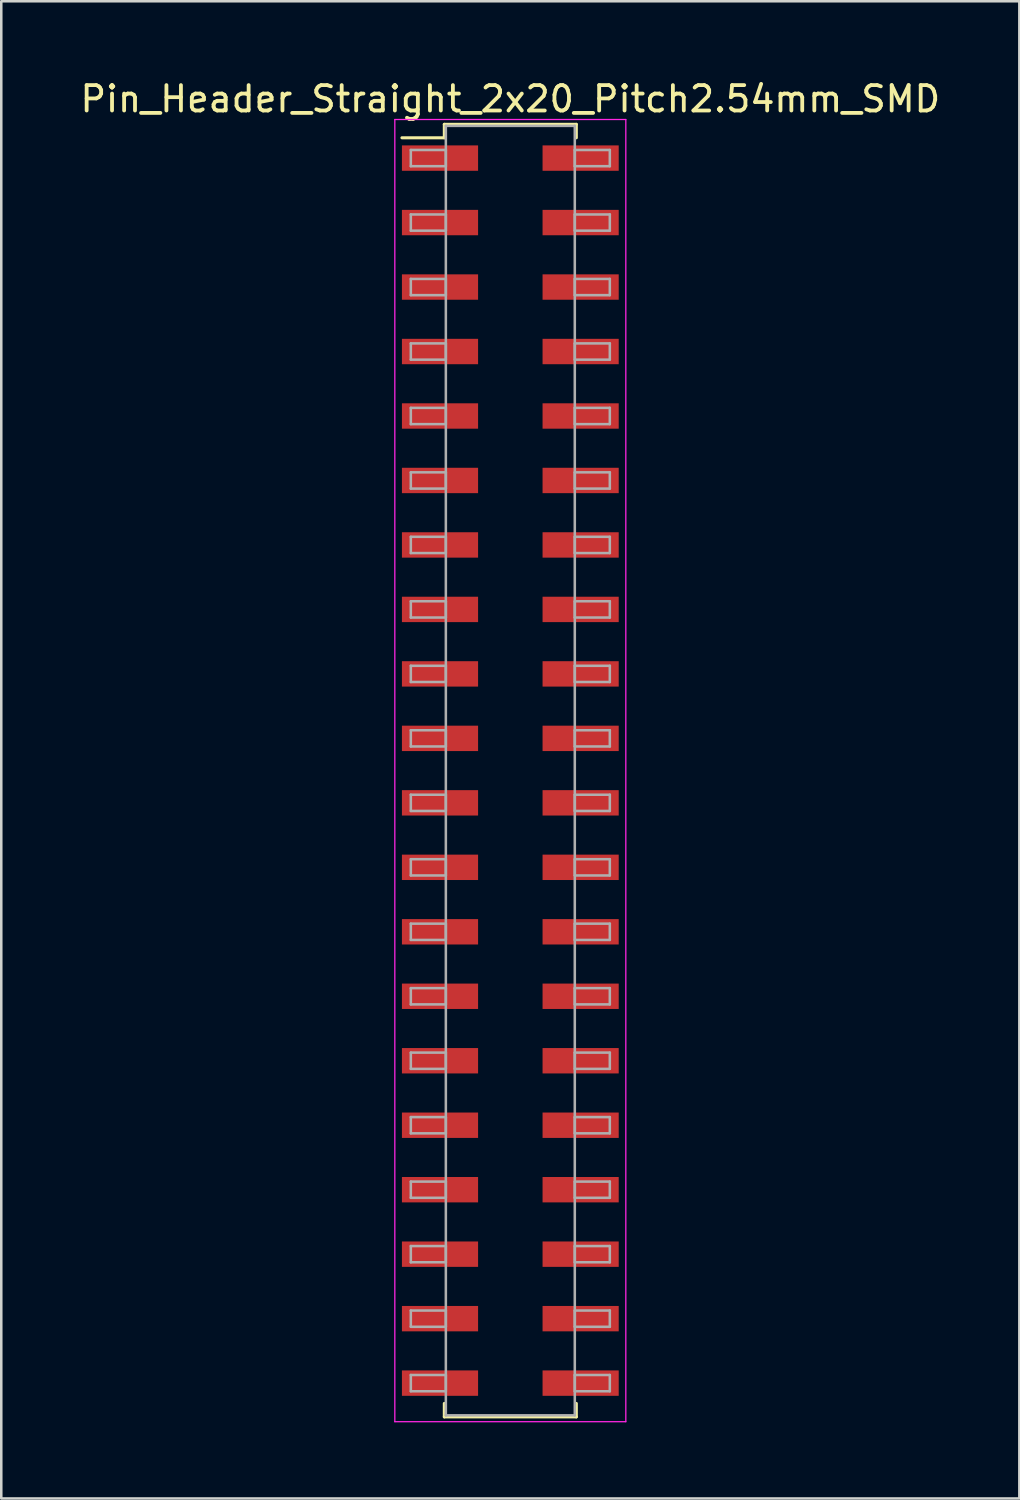
<source format=kicad_pcb>
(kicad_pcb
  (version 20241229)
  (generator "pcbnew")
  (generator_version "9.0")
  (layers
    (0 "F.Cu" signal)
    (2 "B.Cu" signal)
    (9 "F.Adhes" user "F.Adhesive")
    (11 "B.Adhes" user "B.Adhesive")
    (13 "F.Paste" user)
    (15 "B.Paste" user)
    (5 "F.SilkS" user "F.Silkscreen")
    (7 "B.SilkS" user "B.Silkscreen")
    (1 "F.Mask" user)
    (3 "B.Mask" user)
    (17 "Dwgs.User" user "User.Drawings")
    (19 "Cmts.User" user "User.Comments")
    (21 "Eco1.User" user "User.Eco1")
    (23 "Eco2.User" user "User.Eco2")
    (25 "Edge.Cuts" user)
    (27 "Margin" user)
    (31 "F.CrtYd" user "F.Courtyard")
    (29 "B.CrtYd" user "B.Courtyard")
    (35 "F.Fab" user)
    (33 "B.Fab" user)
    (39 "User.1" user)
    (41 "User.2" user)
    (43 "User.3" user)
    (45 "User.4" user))
  (footprint "Pin_Header_Straight_2x20_Pitch2.54mm_SMD"
    (layer "F.Cu")
    (at 17.054 27.308)
    (property "Reference" "Pin_Header_Straight_2x20_Pitch2.54mm_SMD" (at 0 -26.46 0) (layer "F.SilkS") (effects (font (size 1 1) (thickness 0.15))))
    (attr smd)
    (fp_line (start -4.27 -24.93) (end -2.6 -24.93) (stroke (width 0.12) (type solid)) (layer "F.SilkS"))
    (fp_line (start -2.6 -25.46) (end 2.6 -25.46) (stroke (width 0.12) (type solid)) (layer "F.SilkS"))
    (fp_line (start -2.6 -24.93) (end -2.6 -25.46) (stroke (width 0.12) (type solid)) (layer "F.SilkS"))
    (fp_line (start -2.6 24.93) (end -2.6 25.46) (stroke (width 0.12) (type solid)) (layer "F.SilkS"))
    (fp_line (start -2.6 25.46) (end 2.6 25.46) (stroke (width 0.12) (type solid)) (layer "F.SilkS"))
    (fp_line (start 2.6 -25.46) (end 2.6 -24.93) (stroke (width 0.12) (type solid)) (layer "F.SilkS"))
    (fp_line (start 2.6 25.46) (end 2.6 24.93) (stroke (width 0.12) (type solid)) (layer "F.SilkS"))
    (fp_line (start -4.55 -25.65) (end -4.55 25.65) (stroke (width 0.05) (type solid)) (layer "F.CrtYd"))
    (fp_line (start -4.55 25.65) (end 4.55 25.65) (stroke (width 0.05) (type solid)) (layer "F.CrtYd"))
    (fp_line (start 4.55 -25.65) (end -4.55 -25.65) (stroke (width 0.05) (type solid)) (layer "F.CrtYd"))
    (fp_line (start 4.55 25.65) (end 4.55 -25.65) (stroke (width 0.05) (type solid)) (layer "F.CrtYd"))
    (fp_line (start -3.92 -24.45) (end -2.54 -24.45) (stroke (width 0.1) (type solid)) (layer "F.Fab"))
    (fp_line (start -3.92 -23.81) (end -3.92 -24.45) (stroke (width 0.1) (type solid)) (layer "F.Fab"))
    (fp_line (start -3.92 -21.91) (end -2.54 -21.91) (stroke (width 0.1) (type solid)) (layer "F.Fab"))
    (fp_line (start -3.92 -21.27) (end -3.92 -21.91) (stroke (width 0.1) (type solid)) (layer "F.Fab"))
    (fp_line (start -3.92 -19.37) (end -2.54 -19.37) (stroke (width 0.1) (type solid)) (layer "F.Fab"))
    (fp_line (start -3.92 -18.73) (end -3.92 -19.37) (stroke (width 0.1) (type solid)) (layer "F.Fab"))
    (fp_line (start -3.92 -16.83) (end -2.54 -16.83) (stroke (width 0.1) (type solid)) (layer "F.Fab"))
    (fp_line (start -3.92 -16.19) (end -3.92 -16.83) (stroke (width 0.1) (type solid)) (layer "F.Fab"))
    (fp_line (start -3.92 -14.29) (end -2.54 -14.29) (stroke (width 0.1) (type solid)) (layer "F.Fab"))
    (fp_line (start -3.92 -13.65) (end -3.92 -14.29) (stroke (width 0.1) (type solid)) (layer "F.Fab"))
    (fp_line (start -3.92 -11.75) (end -2.54 -11.75) (stroke (width 0.1) (type solid)) (layer "F.Fab"))
    (fp_line (start -3.92 -11.11) (end -3.92 -11.75) (stroke (width 0.1) (type solid)) (layer "F.Fab"))
    (fp_line (start -3.92 -9.21) (end -2.54 -9.21) (stroke (width 0.1) (type solid)) (layer "F.Fab"))
    (fp_line (start -3.92 -8.57) (end -3.92 -9.21) (stroke (width 0.1) (type solid)) (layer "F.Fab"))
    (fp_line (start -3.92 -6.67) (end -2.54 -6.67) (stroke (width 0.1) (type solid)) (layer "F.Fab"))
    (fp_line (start -3.92 -6.03) (end -3.92 -6.67) (stroke (width 0.1) (type solid)) (layer "F.Fab"))
    (fp_line (start -3.92 -4.13) (end -2.54 -4.13) (stroke (width 0.1) (type solid)) (layer "F.Fab"))
    (fp_line (start -3.92 -3.49) (end -3.92 -4.13) (stroke (width 0.1) (type solid)) (layer "F.Fab"))
    (fp_line (start -3.92 -1.59) (end -2.54 -1.59) (stroke (width 0.1) (type solid)) (layer "F.Fab"))
    (fp_line (start -3.92 -0.95) (end -3.92 -1.59) (stroke (width 0.1) (type solid)) (layer "F.Fab"))
    (fp_line (start -3.92 0.95) (end -2.54 0.95) (stroke (width 0.1) (type solid)) (layer "F.Fab"))
    (fp_line (start -3.92 1.59) (end -3.92 0.95) (stroke (width 0.1) (type solid)) (layer "F.Fab"))
    (fp_line (start -3.92 3.49) (end -2.54 3.49) (stroke (width 0.1) (type solid)) (layer "F.Fab"))
    (fp_line (start -3.92 4.13) (end -3.92 3.49) (stroke (width 0.1) (type solid)) (layer "F.Fab"))
    (fp_line (start -3.92 6.03) (end -2.54 6.03) (stroke (width 0.1) (type solid)) (layer "F.Fab"))
    (fp_line (start -3.92 6.67) (end -3.92 6.03) (stroke (width 0.1) (type solid)) (layer "F.Fab"))
    (fp_line (start -3.92 8.57) (end -2.54 8.57) (stroke (width 0.1) (type solid)) (layer "F.Fab"))
    (fp_line (start -3.92 9.21) (end -3.92 8.57) (stroke (width 0.1) (type solid)) (layer "F.Fab"))
    (fp_line (start -3.92 11.11) (end -2.54 11.11) (stroke (width 0.1) (type solid)) (layer "F.Fab"))
    (fp_line (start -3.92 11.75) (end -3.92 11.11) (stroke (width 0.1) (type solid)) (layer "F.Fab"))
    (fp_line (start -3.92 13.65) (end -2.54 13.65) (stroke (width 0.1) (type solid)) (layer "F.Fab"))
    (fp_line (start -3.92 14.29) (end -3.92 13.65) (stroke (width 0.1) (type solid)) (layer "F.Fab"))
    (fp_line (start -3.92 16.19) (end -2.54 16.19) (stroke (width 0.1) (type solid)) (layer "F.Fab"))
    (fp_line (start -3.92 16.83) (end -3.92 16.19) (stroke (width 0.1) (type solid)) (layer "F.Fab"))
    (fp_line (start -3.92 18.73) (end -2.54 18.73) (stroke (width 0.1) (type solid)) (layer "F.Fab"))
    (fp_line (start -3.92 19.37) (end -3.92 18.73) (stroke (width 0.1) (type solid)) (layer "F.Fab"))
    (fp_line (start -3.92 21.27) (end -2.54 21.27) (stroke (width 0.1) (type solid)) (layer "F.Fab"))
    (fp_line (start -3.92 21.91) (end -3.92 21.27) (stroke (width 0.1) (type solid)) (layer "F.Fab"))
    (fp_line (start -3.92 23.81) (end -2.54 23.81) (stroke (width 0.1) (type solid)) (layer "F.Fab"))
    (fp_line (start -3.92 24.45) (end -3.92 23.81) (stroke (width 0.1) (type solid)) (layer "F.Fab"))
    (fp_line (start -2.54 -25.4) (end -2.54 25.4) (stroke (width 0.1) (type solid)) (layer "F.Fab"))
    (fp_line (start -2.54 -24.45) (end -2.54 -23.81) (stroke (width 0.1) (type solid)) (layer "F.Fab"))
    (fp_line (start -2.54 -23.81) (end -3.92 -23.81) (stroke (width 0.1) (type solid)) (layer "F.Fab"))
    (fp_line (start -2.54 -21.91) (end -2.54 -21.27) (stroke (width 0.1) (type solid)) (layer "F.Fab"))
    (fp_line (start -2.54 -21.27) (end -3.92 -21.27) (stroke (width 0.1) (type solid)) (layer "F.Fab"))
    (fp_line (start -2.54 -19.37) (end -2.54 -18.73) (stroke (width 0.1) (type solid)) (layer "F.Fab"))
    (fp_line (start -2.54 -18.73) (end -3.92 -18.73) (stroke (width 0.1) (type solid)) (layer "F.Fab"))
    (fp_line (start -2.54 -16.83) (end -2.54 -16.19) (stroke (width 0.1) (type solid)) (layer "F.Fab"))
    (fp_line (start -2.54 -16.19) (end -3.92 -16.19) (stroke (width 0.1) (type solid)) (layer "F.Fab"))
    (fp_line (start -2.54 -14.29) (end -2.54 -13.65) (stroke (width 0.1) (type solid)) (layer "F.Fab"))
    (fp_line (start -2.54 -13.65) (end -3.92 -13.65) (stroke (width 0.1) (type solid)) (layer "F.Fab"))
    (fp_line (start -2.54 -11.75) (end -2.54 -11.11) (stroke (width 0.1) (type solid)) (layer "F.Fab"))
    (fp_line (start -2.54 -11.11) (end -3.92 -11.11) (stroke (width 0.1) (type solid)) (layer "F.Fab"))
    (fp_line (start -2.54 -9.21) (end -2.54 -8.57) (stroke (width 0.1) (type solid)) (layer "F.Fab"))
    (fp_line (start -2.54 -8.57) (end -3.92 -8.57) (stroke (width 0.1) (type solid)) (layer "F.Fab"))
    (fp_line (start -2.54 -6.67) (end -2.54 -6.03) (stroke (width 0.1) (type solid)) (layer "F.Fab"))
    (fp_line (start -2.54 -6.03) (end -3.92 -6.03) (stroke (width 0.1) (type solid)) (layer "F.Fab"))
    (fp_line (start -2.54 -4.13) (end -2.54 -3.49) (stroke (width 0.1) (type solid)) (layer "F.Fab"))
    (fp_line (start -2.54 -3.49) (end -3.92 -3.49) (stroke (width 0.1) (type solid)) (layer "F.Fab"))
    (fp_line (start -2.54 -1.59) (end -2.54 -0.95) (stroke (width 0.1) (type solid)) (layer "F.Fab"))
    (fp_line (start -2.54 -0.95) (end -3.92 -0.95) (stroke (width 0.1) (type solid)) (layer "F.Fab"))
    (fp_line (start -2.54 0.95) (end -2.54 1.59) (stroke (width 0.1) (type solid)) (layer "F.Fab"))
    (fp_line (start -2.54 1.59) (end -3.92 1.59) (stroke (width 0.1) (type solid)) (layer "F.Fab"))
    (fp_line (start -2.54 3.49) (end -2.54 4.13) (stroke (width 0.1) (type solid)) (layer "F.Fab"))
    (fp_line (start -2.54 4.13) (end -3.92 4.13) (stroke (width 0.1) (type solid)) (layer "F.Fab"))
    (fp_line (start -2.54 6.03) (end -2.54 6.67) (stroke (width 0.1) (type solid)) (layer "F.Fab"))
    (fp_line (start -2.54 6.67) (end -3.92 6.67) (stroke (width 0.1) (type solid)) (layer "F.Fab"))
    (fp_line (start -2.54 8.57) (end -2.54 9.21) (stroke (width 0.1) (type solid)) (layer "F.Fab"))
    (fp_line (start -2.54 9.21) (end -3.92 9.21) (stroke (width 0.1) (type solid)) (layer "F.Fab"))
    (fp_line (start -2.54 11.11) (end -2.54 11.75) (stroke (width 0.1) (type solid)) (layer "F.Fab"))
    (fp_line (start -2.54 11.75) (end -3.92 11.75) (stroke (width 0.1) (type solid)) (layer "F.Fab"))
    (fp_line (start -2.54 13.65) (end -2.54 14.29) (stroke (width 0.1) (type solid)) (layer "F.Fab"))
    (fp_line (start -2.54 14.29) (end -3.92 14.29) (stroke (width 0.1) (type solid)) (layer "F.Fab"))
    (fp_line (start -2.54 16.19) (end -2.54 16.83) (stroke (width 0.1) (type solid)) (layer "F.Fab"))
    (fp_line (start -2.54 16.83) (end -3.92 16.83) (stroke (width 0.1) (type solid)) (layer "F.Fab"))
    (fp_line (start -2.54 18.73) (end -2.54 19.37) (stroke (width 0.1) (type solid)) (layer "F.Fab"))
    (fp_line (start -2.54 19.37) (end -3.92 19.37) (stroke (width 0.1) (type solid)) (layer "F.Fab"))
    (fp_line (start -2.54 21.27) (end -2.54 21.91) (stroke (width 0.1) (type solid)) (layer "F.Fab"))
    (fp_line (start -2.54 21.91) (end -3.92 21.91) (stroke (width 0.1) (type solid)) (layer "F.Fab"))
    (fp_line (start -2.54 23.81) (end -2.54 24.45) (stroke (width 0.1) (type solid)) (layer "F.Fab"))
    (fp_line (start -2.54 24.45) (end -3.92 24.45) (stroke (width 0.1) (type solid)) (layer "F.Fab"))
    (fp_line (start -2.54 25.4) (end 2.54 25.4) (stroke (width 0.1) (type solid)) (layer "F.Fab"))
    (fp_line (start 2.54 -25.4) (end -2.54 -25.4) (stroke (width 0.1) (type solid)) (layer "F.Fab"))
    (fp_line (start 2.54 -24.45) (end 2.54 -23.81) (stroke (width 0.1) (type solid)) (layer "F.Fab"))
    (fp_line (start 2.54 -23.81) (end 3.92 -23.81) (stroke (width 0.1) (type solid)) (layer "F.Fab"))
    (fp_line (start 2.54 -21.91) (end 2.54 -21.27) (stroke (width 0.1) (type solid)) (layer "F.Fab"))
    (fp_line (start 2.54 -21.27) (end 3.92 -21.27) (stroke (width 0.1) (type solid)) (layer "F.Fab"))
    (fp_line (start 2.54 -19.37) (end 2.54 -18.73) (stroke (width 0.1) (type solid)) (layer "F.Fab"))
    (fp_line (start 2.54 -18.73) (end 3.92 -18.73) (stroke (width 0.1) (type solid)) (layer "F.Fab"))
    (fp_line (start 2.54 -16.83) (end 2.54 -16.19) (stroke (width 0.1) (type solid)) (layer "F.Fab"))
    (fp_line (start 2.54 -16.19) (end 3.92 -16.19) (stroke (width 0.1) (type solid)) (layer "F.Fab"))
    (fp_line (start 2.54 -14.29) (end 2.54 -13.65) (stroke (width 0.1) (type solid)) (layer "F.Fab"))
    (fp_line (start 2.54 -13.65) (end 3.92 -13.65) (stroke (width 0.1) (type solid)) (layer "F.Fab"))
    (fp_line (start 2.54 -11.75) (end 2.54 -11.11) (stroke (width 0.1) (type solid)) (layer "F.Fab"))
    (fp_line (start 2.54 -11.11) (end 3.92 -11.11) (stroke (width 0.1) (type solid)) (layer "F.Fab"))
    (fp_line (start 2.54 -9.21) (end 2.54 -8.57) (stroke (width 0.1) (type solid)) (layer "F.Fab"))
    (fp_line (start 2.54 -8.57) (end 3.92 -8.57) (stroke (width 0.1) (type solid)) (layer "F.Fab"))
    (fp_line (start 2.54 -6.67) (end 2.54 -6.03) (stroke (width 0.1) (type solid)) (layer "F.Fab"))
    (fp_line (start 2.54 -6.03) (end 3.92 -6.03) (stroke (width 0.1) (type solid)) (layer "F.Fab"))
    (fp_line (start 2.54 -4.13) (end 2.54 -3.49) (stroke (width 0.1) (type solid)) (layer "F.Fab"))
    (fp_line (start 2.54 -3.49) (end 3.92 -3.49) (stroke (width 0.1) (type solid)) (layer "F.Fab"))
    (fp_line (start 2.54 -1.59) (end 2.54 -0.95) (stroke (width 0.1) (type solid)) (layer "F.Fab"))
    (fp_line (start 2.54 -0.95) (end 3.92 -0.95) (stroke (width 0.1) (type solid)) (layer "F.Fab"))
    (fp_line (start 2.54 0.95) (end 2.54 1.59) (stroke (width 0.1) (type solid)) (layer "F.Fab"))
    (fp_line (start 2.54 1.59) (end 3.92 1.59) (stroke (width 0.1) (type solid)) (layer "F.Fab"))
    (fp_line (start 2.54 3.49) (end 2.54 4.13) (stroke (width 0.1) (type solid)) (layer "F.Fab"))
    (fp_line (start 2.54 4.13) (end 3.92 4.13) (stroke (width 0.1) (type solid)) (layer "F.Fab"))
    (fp_line (start 2.54 6.03) (end 2.54 6.67) (stroke (width 0.1) (type solid)) (layer "F.Fab"))
    (fp_line (start 2.54 6.67) (end 3.92 6.67) (stroke (width 0.1) (type solid)) (layer "F.Fab"))
    (fp_line (start 2.54 8.57) (end 2.54 9.21) (stroke (width 0.1) (type solid)) (layer "F.Fab"))
    (fp_line (start 2.54 9.21) (end 3.92 9.21) (stroke (width 0.1) (type solid)) (layer "F.Fab"))
    (fp_line (start 2.54 11.11) (end 2.54 11.75) (stroke (width 0.1) (type solid)) (layer "F.Fab"))
    (fp_line (start 2.54 11.75) (end 3.92 11.75) (stroke (width 0.1) (type solid)) (layer "F.Fab"))
    (fp_line (start 2.54 13.65) (end 2.54 14.29) (stroke (width 0.1) (type solid)) (layer "F.Fab"))
    (fp_line (start 2.54 14.29) (end 3.92 14.29) (stroke (width 0.1) (type solid)) (layer "F.Fab"))
    (fp_line (start 2.54 16.19) (end 2.54 16.83) (stroke (width 0.1) (type solid)) (layer "F.Fab"))
    (fp_line (start 2.54 16.83) (end 3.92 16.83) (stroke (width 0.1) (type solid)) (layer "F.Fab"))
    (fp_line (start 2.54 18.73) (end 2.54 19.37) (stroke (width 0.1) (type solid)) (layer "F.Fab"))
    (fp_line (start 2.54 19.37) (end 3.92 19.37) (stroke (width 0.1) (type solid)) (layer "F.Fab"))
    (fp_line (start 2.54 21.27) (end 2.54 21.91) (stroke (width 0.1) (type solid)) (layer "F.Fab"))
    (fp_line (start 2.54 21.91) (end 3.92 21.91) (stroke (width 0.1) (type solid)) (layer "F.Fab"))
    (fp_line (start 2.54 23.81) (end 2.54 24.45) (stroke (width 0.1) (type solid)) (layer "F.Fab"))
    (fp_line (start 2.54 24.45) (end 3.92 24.45) (stroke (width 0.1) (type solid)) (layer "F.Fab"))
    (fp_line (start 2.54 25.4) (end 2.54 -25.4) (stroke (width 0.1) (type solid)) (layer "F.Fab"))
    (fp_line (start 3.92 -24.45) (end 2.54 -24.45) (stroke (width 0.1) (type solid)) (layer "F.Fab"))
    (fp_line (start 3.92 -23.81) (end 3.92 -24.45) (stroke (width 0.1) (type solid)) (layer "F.Fab"))
    (fp_line (start 3.92 -21.91) (end 2.54 -21.91) (stroke (width 0.1) (type solid)) (layer "F.Fab"))
    (fp_line (start 3.92 -21.27) (end 3.92 -21.91) (stroke (width 0.1) (type solid)) (layer "F.Fab"))
    (fp_line (start 3.92 -19.37) (end 2.54 -19.37) (stroke (width 0.1) (type solid)) (layer "F.Fab"))
    (fp_line (start 3.92 -18.73) (end 3.92 -19.37) (stroke (width 0.1) (type solid)) (layer "F.Fab"))
    (fp_line (start 3.92 -16.83) (end 2.54 -16.83) (stroke (width 0.1) (type solid)) (layer "F.Fab"))
    (fp_line (start 3.92 -16.19) (end 3.92 -16.83) (stroke (width 0.1) (type solid)) (layer "F.Fab"))
    (fp_line (start 3.92 -14.29) (end 2.54 -14.29) (stroke (width 0.1) (type solid)) (layer "F.Fab"))
    (fp_line (start 3.92 -13.65) (end 3.92 -14.29) (stroke (width 0.1) (type solid)) (layer "F.Fab"))
    (fp_line (start 3.92 -11.75) (end 2.54 -11.75) (stroke (width 0.1) (type solid)) (layer "F.Fab"))
    (fp_line (start 3.92 -11.11) (end 3.92 -11.75) (stroke (width 0.1) (type solid)) (layer "F.Fab"))
    (fp_line (start 3.92 -9.21) (end 2.54 -9.21) (stroke (width 0.1) (type solid)) (layer "F.Fab"))
    (fp_line (start 3.92 -8.57) (end 3.92 -9.21) (stroke (width 0.1) (type solid)) (layer "F.Fab"))
    (fp_line (start 3.92 -6.67) (end 2.54 -6.67) (stroke (width 0.1) (type solid)) (layer "F.Fab"))
    (fp_line (start 3.92 -6.03) (end 3.92 -6.67) (stroke (width 0.1) (type solid)) (layer "F.Fab"))
    (fp_line (start 3.92 -4.13) (end 2.54 -4.13) (stroke (width 0.1) (type solid)) (layer "F.Fab"))
    (fp_line (start 3.92 -3.49) (end 3.92 -4.13) (stroke (width 0.1) (type solid)) (layer "F.Fab"))
    (fp_line (start 3.92 -1.59) (end 2.54 -1.59) (stroke (width 0.1) (type solid)) (layer "F.Fab"))
    (fp_line (start 3.92 -0.95) (end 3.92 -1.59) (stroke (width 0.1) (type solid)) (layer "F.Fab"))
    (fp_line (start 3.92 0.95) (end 2.54 0.95) (stroke (width 0.1) (type solid)) (layer "F.Fab"))
    (fp_line (start 3.92 1.59) (end 3.92 0.95) (stroke (width 0.1) (type solid)) (layer "F.Fab"))
    (fp_line (start 3.92 3.49) (end 2.54 3.49) (stroke (width 0.1) (type solid)) (layer "F.Fab"))
    (fp_line (start 3.92 4.13) (end 3.92 3.49) (stroke (width 0.1) (type solid)) (layer "F.Fab"))
    (fp_line (start 3.92 6.03) (end 2.54 6.03) (stroke (width 0.1) (type solid)) (layer "F.Fab"))
    (fp_line (start 3.92 6.67) (end 3.92 6.03) (stroke (width 0.1) (type solid)) (layer "F.Fab"))
    (fp_line (start 3.92 8.57) (end 2.54 8.57) (stroke (width 0.1) (type solid)) (layer "F.Fab"))
    (fp_line (start 3.92 9.21) (end 3.92 8.57) (stroke (width 0.1) (type solid)) (layer "F.Fab"))
    (fp_line (start 3.92 11.11) (end 2.54 11.11) (stroke (width 0.1) (type solid)) (layer "F.Fab"))
    (fp_line (start 3.92 11.75) (end 3.92 11.11) (stroke (width 0.1) (type solid)) (layer "F.Fab"))
    (fp_line (start 3.92 13.65) (end 2.54 13.65) (stroke (width 0.1) (type solid)) (layer "F.Fab"))
    (fp_line (start 3.92 14.29) (end 3.92 13.65) (stroke (width 0.1) (type solid)) (layer "F.Fab"))
    (fp_line (start 3.92 16.19) (end 2.54 16.19) (stroke (width 0.1) (type solid)) (layer "F.Fab"))
    (fp_line (start 3.92 16.83) (end 3.92 16.19) (stroke (width 0.1) (type solid)) (layer "F.Fab"))
    (fp_line (start 3.92 18.73) (end 2.54 18.73) (stroke (width 0.1) (type solid)) (layer "F.Fab"))
    (fp_line (start 3.92 19.37) (end 3.92 18.73) (stroke (width 0.1) (type solid)) (layer "F.Fab"))
    (fp_line (start 3.92 21.27) (end 2.54 21.27) (stroke (width 0.1) (type solid)) (layer "F.Fab"))
    (fp_line (start 3.92 21.91) (end 3.92 21.27) (stroke (width 0.1) (type solid)) (layer "F.Fab"))
    (fp_line (start 3.92 23.81) (end 2.54 23.81) (stroke (width 0.1) (type solid)) (layer "F.Fab"))
    (fp_line (start 3.92 24.45) (end 3.92 23.81) (stroke (width 0.1) (type solid)) (layer "F.Fab"))
    (pad "1" smd rect (at -2.77 -24.13) (size 3 1) (layers "F.Cu" "F.Mask"))
    (pad "2" smd rect (at 2.77 -24.13) (size 3 1) (layers "F.Cu" "F.Mask"))
    (pad "3" smd rect (at -2.77 -21.59) (size 3 1) (layers "F.Cu" "F.Mask"))
    (pad "4" smd rect (at 2.77 -21.59) (size 3 1) (layers "F.Cu" "F.Mask"))
    (pad "5" smd rect (at -2.77 -19.05) (size 3 1) (layers "F.Cu" "F.Mask"))
    (pad "6" smd rect (at 2.77 -19.05) (size 3 1) (layers "F.Cu" "F.Mask"))
    (pad "7" smd rect (at -2.77 -16.51) (size 3 1) (layers "F.Cu" "F.Mask"))
    (pad "8" smd rect (at 2.77 -16.51) (size 3 1) (layers "F.Cu" "F.Mask"))
    (pad "9" smd rect (at -2.77 -13.97) (size 3 1) (layers "F.Cu" "F.Mask"))
    (pad "10" smd rect (at 2.77 -13.97) (size 3 1) (layers "F.Cu" "F.Mask"))
    (pad "11" smd rect (at -2.77 -11.43) (size 3 1) (layers "F.Cu" "F.Mask"))
    (pad "12" smd rect (at 2.77 -11.43) (size 3 1) (layers "F.Cu" "F.Mask"))
    (pad "13" smd rect (at -2.77 -8.89) (size 3 1) (layers "F.Cu" "F.Mask"))
    (pad "14" smd rect (at 2.77 -8.89) (size 3 1) (layers "F.Cu" "F.Mask"))
    (pad "15" smd rect (at -2.77 -6.35) (size 3 1) (layers "F.Cu" "F.Mask"))
    (pad "16" smd rect (at 2.77 -6.35) (size 3 1) (layers "F.Cu" "F.Mask"))
    (pad "17" smd rect (at -2.77 -3.81) (size 3 1) (layers "F.Cu" "F.Mask"))
    (pad "18" smd rect (at 2.77 -3.81) (size 3 1) (layers "F.Cu" "F.Mask"))
    (pad "19" smd rect (at -2.77 -1.27) (size 3 1) (layers "F.Cu" "F.Mask"))
    (pad "20" smd rect (at 2.77 -1.27) (size 3 1) (layers "F.Cu" "F.Mask"))
    (pad "21" smd rect (at -2.77 1.27) (size 3 1) (layers "F.Cu" "F.Mask"))
    (pad "22" smd rect (at 2.77 1.27) (size 3 1) (layers "F.Cu" "F.Mask"))
    (pad "23" smd rect (at -2.77 3.81) (size 3 1) (layers "F.Cu" "F.Mask"))
    (pad "24" smd rect (at 2.77 3.81) (size 3 1) (layers "F.Cu" "F.Mask"))
    (pad "25" smd rect (at -2.77 6.35) (size 3 1) (layers "F.Cu" "F.Mask"))
    (pad "26" smd rect (at 2.77 6.35) (size 3 1) (layers "F.Cu" "F.Mask"))
    (pad "27" smd rect (at -2.77 8.89) (size 3 1) (layers "F.Cu" "F.Mask"))
    (pad "28" smd rect (at 2.77 8.89) (size 3 1) (layers "F.Cu" "F.Mask"))
    (pad "29" smd rect (at -2.77 11.43) (size 3 1) (layers "F.Cu" "F.Mask"))
    (pad "30" smd rect (at 2.77 11.43) (size 3 1) (layers "F.Cu" "F.Mask"))
    (pad "31" smd rect (at -2.77 13.97) (size 3 1) (layers "F.Cu" "F.Mask"))
    (pad "32" smd rect (at 2.77 13.97) (size 3 1) (layers "F.Cu" "F.Mask"))
    (pad "33" smd rect (at -2.77 16.51) (size 3 1) (layers "F.Cu" "F.Mask"))
    (pad "34" smd rect (at 2.77 16.51) (size 3 1) (layers "F.Cu" "F.Mask"))
    (pad "35" smd rect (at -2.77 19.05) (size 3 1) (layers "F.Cu" "F.Mask"))
    (pad "36" smd rect (at 2.77 19.05) (size 3 1) (layers "F.Cu" "F.Mask"))
    (pad "37" smd rect (at -2.77 21.59) (size 3 1) (layers "F.Cu" "F.Mask"))
    (pad "38" smd rect (at 2.77 21.59) (size 3 1) (layers "F.Cu" "F.Mask"))
    (pad "39" smd rect (at -2.77 24.13) (size 3 1) (layers "F.Cu" "F.Mask"))
    (pad "40" smd rect (at 2.77 24.13) (size 3 1) (layers "F.Cu" "F.Mask")))
  (gr_rect
    (start -3 -3)
    (end 37.107 55.983)
    (stroke (width 0.1) (type default))
    (fill no)
    (layer "Edge.Cuts")))
</source>
